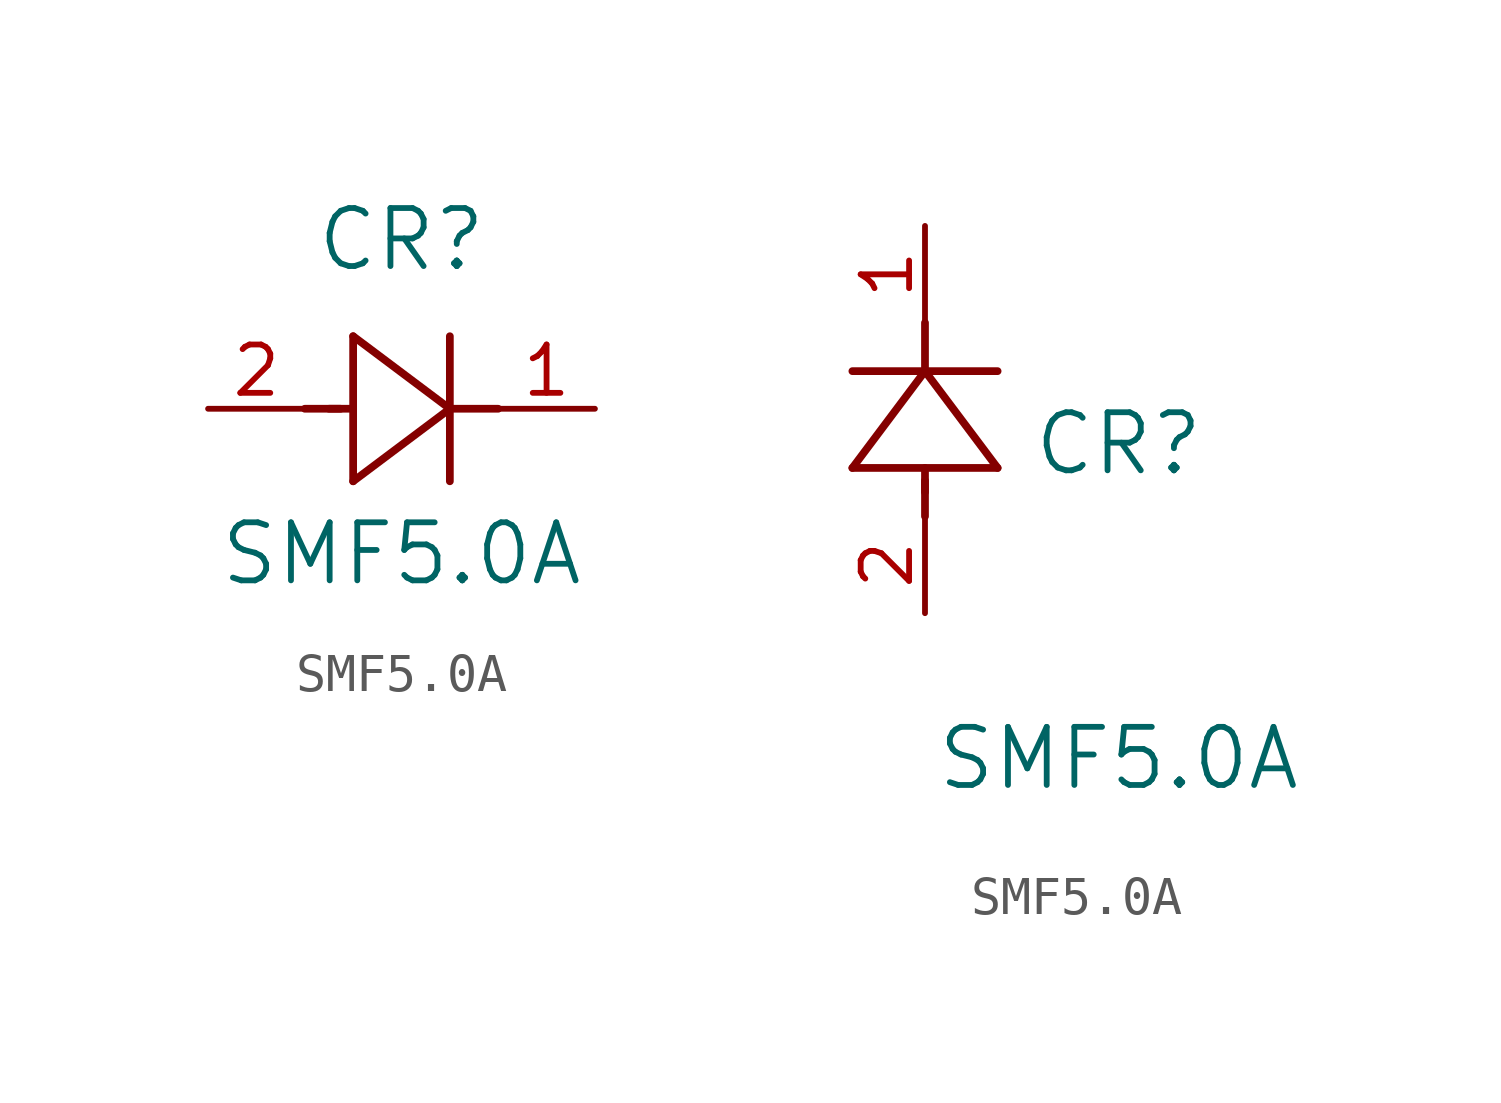
<source format=kicad_sym>
(kicad_symbol_lib
  (version 20211014)
  (generator kicad_symbol_editor)
  (symbol "SMF5.0A"
    (pin_names
      (offset 0.254))
    (property "Reference" "CR"
      (at 5.08 4.445 0)
      (effects (font (size 1.524 1.524))))
    (property "Value" "SMF5.0A"
      (at 5.08 -3.81 0)
      (effects (font (size 1.524 1.524))))
    (symbol "SMF5.0A_1_1"
      (polyline (pts (xy 2.54 0) (xy 3.48 0)) (stroke (width 0.203) (type default) (color 0 0 0 0)) (fill (type none)))
      (polyline (pts (xy 3.81 1.905) (xy 3.81 -1.905)) (stroke (width 0.203) (type default) (color 0 0 0 0)) (fill (type none)))
      (polyline (pts (xy 3.175 0) (xy 3.81 0)) (stroke (width 0.203) (type default) (color 0 0 0 0)) (fill (type none)))
      (polyline (pts (xy 6.35 -1.905) (xy 6.35 1.905)) (stroke (width 0.203) (type default) (color 0 0 0 0)) (fill (type none)))
      (polyline (pts (xy 6.35 0) (xy 7.62 0)) (stroke (width 0.203) (type default) (color 0 0 0 0)) (fill (type none)))
      (polyline (pts (xy 6.35 0) (xy 3.81 1.905)) (stroke (width 0.203) (type default) (color 0 0 0 0)) (fill (type none)))
      (polyline (pts (xy 3.81 -1.905) (xy 6.35 0)) (stroke (width 0.203) (type default) (color 0 0 0 0)) (fill (type none)))
      (pin unspecified line (at 0 0 0) (length 2.54) (name "" (effects (font (size 1.27 1.27)))) (number "2" (effects (font (size 1.27 1.27)))))
      (pin unspecified line (at 10.16 0 180) (length 2.54) (name "" (effects (font (size 1.27 1.27)))) (number "1" (effects (font (size 1.27 1.27))))))
    (symbol "SMF5.0A_1_2"
      (polyline (pts (xy 0 2.54) (xy 0 3.48)) (stroke (width 0.203) (type default) (color 0 0 0 0)) (fill (type none)))
      (polyline (pts (xy -1.905 3.81) (xy 1.905 3.81)) (stroke (width 0.203) (type default) (color 0 0 0 0)) (fill (type none)))
      (polyline (pts (xy 0 3.175) (xy 0 3.81)) (stroke (width 0.203) (type default) (color 0 0 0 0)) (fill (type none)))
      (polyline (pts (xy 1.905 6.35) (xy -1.905 6.35)) (stroke (width 0.203) (type default) (color 0 0 0 0)) (fill (type none)))
      (polyline (pts (xy 0 6.35) (xy 0 7.62)) (stroke (width 0.203) (type default) (color 0 0 0 0)) (fill (type none)))
      (polyline (pts (xy 0 6.35) (xy -1.905 3.81)) (stroke (width 0.203) (type default) (color 0 0 0 0)) (fill (type none)))
      (polyline (pts (xy 1.905 3.81) (xy 0 6.35)) (stroke (width 0.203) (type default) (color 0 0 0 0)) (fill (type none)))
      (pin unspecified line (at 0 0 90) (length 2.54) (name "" (effects (font (size 1.27 1.27)))) (number "2" (effects (font (size 1.27 1.27)))))
      (pin unspecified line (at 0 10.16 270) (length 2.54) (name "" (effects (font (size 1.27 1.27)))) (number "1" (effects (font (size 1.27 1.27))))))))
</source>
